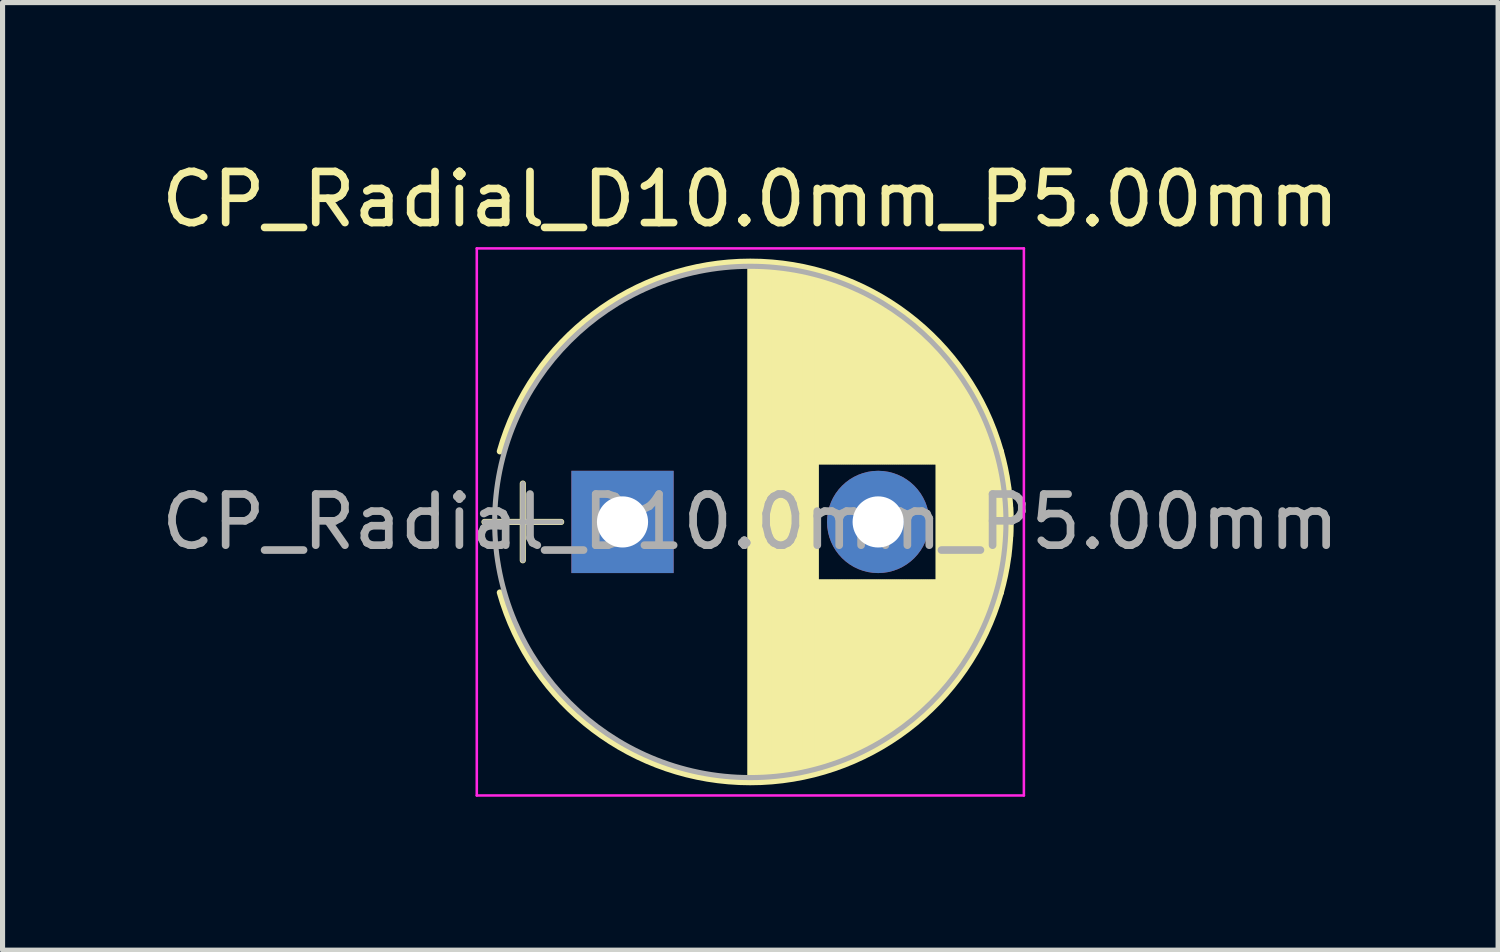
<source format=kicad_pcb>
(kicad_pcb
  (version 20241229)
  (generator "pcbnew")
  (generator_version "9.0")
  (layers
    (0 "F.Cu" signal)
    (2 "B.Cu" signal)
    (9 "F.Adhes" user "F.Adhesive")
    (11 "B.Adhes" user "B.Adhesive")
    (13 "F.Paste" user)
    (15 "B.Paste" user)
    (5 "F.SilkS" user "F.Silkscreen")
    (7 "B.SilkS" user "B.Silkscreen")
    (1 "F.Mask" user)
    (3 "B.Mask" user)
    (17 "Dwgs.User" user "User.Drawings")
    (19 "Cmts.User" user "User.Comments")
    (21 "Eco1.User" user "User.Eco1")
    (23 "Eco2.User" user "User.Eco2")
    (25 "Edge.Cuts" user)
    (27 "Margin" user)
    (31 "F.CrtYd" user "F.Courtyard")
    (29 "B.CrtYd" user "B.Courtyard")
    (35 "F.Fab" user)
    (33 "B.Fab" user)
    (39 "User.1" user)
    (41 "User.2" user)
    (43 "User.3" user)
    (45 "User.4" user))
  (footprint "CP_Radial_D10.0mm_P5.00mm"
    (layer "F.Cu")
    (at 9.125 7.158)
    (property "Reference" "CP_Radial_D10.0mm_P5.00mm" (at 2.5 -6.31 0) (layer "F.SilkS") (effects (font (size 1 1) (thickness 0.15))))
    (attr through_hole)
    (fp_line (start -2.7 0) (end -1.2 0) (stroke (width 0.12) (type solid)) (layer "F.SilkS"))
    (fp_line (start -1.95 -0.75) (end -1.95 0.75) (stroke (width 0.12) (type solid)) (layer "F.SilkS"))
    (fp_line (start 2.5 -5.05) (end 2.5 5.05) (stroke (width 0.12) (type solid)) (layer "F.SilkS"))
    (fp_line (start 2.54 -5.05) (end 2.54 5.05) (stroke (width 0.12) (type solid)) (layer "F.SilkS"))
    (fp_line (start 2.58 -5.05) (end 2.58 5.05) (stroke (width 0.12) (type solid)) (layer "F.SilkS"))
    (fp_line (start 2.62 -5.049) (end 2.62 5.049) (stroke (width 0.12) (type solid)) (layer "F.SilkS"))
    (fp_line (start 2.66 -5.048) (end 2.66 5.048) (stroke (width 0.12) (type solid)) (layer "F.SilkS"))
    (fp_line (start 2.7 -5.047) (end 2.7 5.047) (stroke (width 0.12) (type solid)) (layer "F.SilkS"))
    (fp_line (start 2.74 -5.045) (end 2.74 5.045) (stroke (width 0.12) (type solid)) (layer "F.SilkS"))
    (fp_line (start 2.78 -5.043) (end 2.78 5.043) (stroke (width 0.12) (type solid)) (layer "F.SilkS"))
    (fp_line (start 2.82 -5.04) (end 2.82 5.04) (stroke (width 0.12) (type solid)) (layer "F.SilkS"))
    (fp_line (start 2.86 -5.038) (end 2.86 5.038) (stroke (width 0.12) (type solid)) (layer "F.SilkS"))
    (fp_line (start 2.9 -5.035) (end 2.9 5.035) (stroke (width 0.12) (type solid)) (layer "F.SilkS"))
    (fp_line (start 2.94 -5.031) (end 2.94 5.031) (stroke (width 0.12) (type solid)) (layer "F.SilkS"))
    (fp_line (start 2.98 -5.028) (end 2.98 5.028) (stroke (width 0.12) (type solid)) (layer "F.SilkS"))
    (fp_line (start 3.02 -5.024) (end 3.02 5.024) (stroke (width 0.12) (type solid)) (layer "F.SilkS"))
    (fp_line (start 3.06 -5.02) (end 3.06 5.02) (stroke (width 0.12) (type solid)) (layer "F.SilkS"))
    (fp_line (start 3.1 -5.015) (end 3.1 5.015) (stroke (width 0.12) (type solid)) (layer "F.SilkS"))
    (fp_line (start 3.14 -5.01) (end 3.14 5.01) (stroke (width 0.12) (type solid)) (layer "F.SilkS"))
    (fp_line (start 3.18 -5.005) (end 3.18 5.005) (stroke (width 0.12) (type solid)) (layer "F.SilkS"))
    (fp_line (start 3.221 -4.999) (end 3.221 4.999) (stroke (width 0.12) (type solid)) (layer "F.SilkS"))
    (fp_line (start 3.261 -4.993) (end 3.261 4.993) (stroke (width 0.12) (type solid)) (layer "F.SilkS"))
    (fp_line (start 3.301 -4.987) (end 3.301 4.987) (stroke (width 0.12) (type solid)) (layer "F.SilkS"))
    (fp_line (start 3.341 -4.981) (end 3.341 4.981) (stroke (width 0.12) (type solid)) (layer "F.SilkS"))
    (fp_line (start 3.381 -4.974) (end 3.381 4.974) (stroke (width 0.12) (type solid)) (layer "F.SilkS"))
    (fp_line (start 3.421 -4.967) (end 3.421 4.967) (stroke (width 0.12) (type solid)) (layer "F.SilkS"))
    (fp_line (start 3.461 -4.959) (end 3.461 4.959) (stroke (width 0.12) (type solid)) (layer "F.SilkS"))
    (fp_line (start 3.501 -4.951) (end 3.501 4.951) (stroke (width 0.12) (type solid)) (layer "F.SilkS"))
    (fp_line (start 3.541 -4.943) (end 3.541 4.943) (stroke (width 0.12) (type solid)) (layer "F.SilkS"))
    (fp_line (start 3.581 -4.935) (end 3.581 4.935) (stroke (width 0.12) (type solid)) (layer "F.SilkS"))
    (fp_line (start 3.621 -4.926) (end 3.621 4.926) (stroke (width 0.12) (type solid)) (layer "F.SilkS"))
    (fp_line (start 3.661 -4.917) (end 3.661 4.917) (stroke (width 0.12) (type solid)) (layer "F.SilkS"))
    (fp_line (start 3.701 -4.907) (end 3.701 4.907) (stroke (width 0.12) (type solid)) (layer "F.SilkS"))
    (fp_line (start 3.741 -4.897) (end 3.741 4.897) (stroke (width 0.12) (type solid)) (layer "F.SilkS"))
    (fp_line (start 3.781 -4.887) (end 3.781 4.887) (stroke (width 0.12) (type solid)) (layer "F.SilkS"))
    (fp_line (start 3.821 -4.876) (end 3.821 -1.181) (stroke (width 0.12) (type solid)) (layer "F.SilkS"))
    (fp_line (start 3.821 1.181) (end 3.821 4.876) (stroke (width 0.12) (type solid)) (layer "F.SilkS"))
    (fp_line (start 3.861 -4.865) (end 3.861 -1.181) (stroke (width 0.12) (type solid)) (layer "F.SilkS"))
    (fp_line (start 3.861 1.181) (end 3.861 4.865) (stroke (width 0.12) (type solid)) (layer "F.SilkS"))
    (fp_line (start 3.901 -4.854) (end 3.901 -1.181) (stroke (width 0.12) (type solid)) (layer "F.SilkS"))
    (fp_line (start 3.901 1.181) (end 3.901 4.854) (stroke (width 0.12) (type solid)) (layer "F.SilkS"))
    (fp_line (start 3.941 -4.843) (end 3.941 -1.181) (stroke (width 0.12) (type solid)) (layer "F.SilkS"))
    (fp_line (start 3.941 1.181) (end 3.941 4.843) (stroke (width 0.12) (type solid)) (layer "F.SilkS"))
    (fp_line (start 3.981 -4.831) (end 3.981 -1.181) (stroke (width 0.12) (type solid)) (layer "F.SilkS"))
    (fp_line (start 3.981 1.181) (end 3.981 4.831) (stroke (width 0.12) (type solid)) (layer "F.SilkS"))
    (fp_line (start 4.021 -4.818) (end 4.021 -1.181) (stroke (width 0.12) (type solid)) (layer "F.SilkS"))
    (fp_line (start 4.021 1.181) (end 4.021 4.818) (stroke (width 0.12) (type solid)) (layer "F.SilkS"))
    (fp_line (start 4.061 -4.806) (end 4.061 -1.181) (stroke (width 0.12) (type solid)) (layer "F.SilkS"))
    (fp_line (start 4.061 1.181) (end 4.061 4.806) (stroke (width 0.12) (type solid)) (layer "F.SilkS"))
    (fp_line (start 4.101 -4.792) (end 4.101 -1.181) (stroke (width 0.12) (type solid)) (layer "F.SilkS"))
    (fp_line (start 4.101 1.181) (end 4.101 4.792) (stroke (width 0.12) (type solid)) (layer "F.SilkS"))
    (fp_line (start 4.141 -4.779) (end 4.141 -1.181) (stroke (width 0.12) (type solid)) (layer "F.SilkS"))
    (fp_line (start 4.141 1.181) (end 4.141 4.779) (stroke (width 0.12) (type solid)) (layer "F.SilkS"))
    (fp_line (start 4.181 -4.765) (end 4.181 -1.181) (stroke (width 0.12) (type solid)) (layer "F.SilkS"))
    (fp_line (start 4.181 1.181) (end 4.181 4.765) (stroke (width 0.12) (type solid)) (layer "F.SilkS"))
    (fp_line (start 4.221 -4.751) (end 4.221 -1.181) (stroke (width 0.12) (type solid)) (layer "F.SilkS"))
    (fp_line (start 4.221 1.181) (end 4.221 4.751) (stroke (width 0.12) (type solid)) (layer "F.SilkS"))
    (fp_line (start 4.261 -4.737) (end 4.261 -1.181) (stroke (width 0.12) (type solid)) (layer "F.SilkS"))
    (fp_line (start 4.261 1.181) (end 4.261 4.737) (stroke (width 0.12) (type solid)) (layer "F.SilkS"))
    (fp_line (start 4.301 -4.722) (end 4.301 -1.181) (stroke (width 0.12) (type solid)) (layer "F.SilkS"))
    (fp_line (start 4.301 1.181) (end 4.301 4.722) (stroke (width 0.12) (type solid)) (layer "F.SilkS"))
    (fp_line (start 4.341 -4.706) (end 4.341 -1.181) (stroke (width 0.12) (type solid)) (layer "F.SilkS"))
    (fp_line (start 4.341 1.181) (end 4.341 4.706) (stroke (width 0.12) (type solid)) (layer "F.SilkS"))
    (fp_line (start 4.381 -4.691) (end 4.381 -1.181) (stroke (width 0.12) (type solid)) (layer "F.SilkS"))
    (fp_line (start 4.381 1.181) (end 4.381 4.691) (stroke (width 0.12) (type solid)) (layer "F.SilkS"))
    (fp_line (start 4.421 -4.674) (end 4.421 -1.181) (stroke (width 0.12) (type solid)) (layer "F.SilkS"))
    (fp_line (start 4.421 1.181) (end 4.421 4.674) (stroke (width 0.12) (type solid)) (layer "F.SilkS"))
    (fp_line (start 4.461 -4.658) (end 4.461 -1.181) (stroke (width 0.12) (type solid)) (layer "F.SilkS"))
    (fp_line (start 4.461 1.181) (end 4.461 4.658) (stroke (width 0.12) (type solid)) (layer "F.SilkS"))
    (fp_line (start 4.501 -4.641) (end 4.501 -1.181) (stroke (width 0.12) (type solid)) (layer "F.SilkS"))
    (fp_line (start 4.501 1.181) (end 4.501 4.641) (stroke (width 0.12) (type solid)) (layer "F.SilkS"))
    (fp_line (start 4.541 -4.624) (end 4.541 -1.181) (stroke (width 0.12) (type solid)) (layer "F.SilkS"))
    (fp_line (start 4.541 1.181) (end 4.541 4.624) (stroke (width 0.12) (type solid)) (layer "F.SilkS"))
    (fp_line (start 4.581 -4.606) (end 4.581 -1.181) (stroke (width 0.12) (type solid)) (layer "F.SilkS"))
    (fp_line (start 4.581 1.181) (end 4.581 4.606) (stroke (width 0.12) (type solid)) (layer "F.SilkS"))
    (fp_line (start 4.621 -4.588) (end 4.621 -1.181) (stroke (width 0.12) (type solid)) (layer "F.SilkS"))
    (fp_line (start 4.621 1.181) (end 4.621 4.588) (stroke (width 0.12) (type solid)) (layer "F.SilkS"))
    (fp_line (start 4.661 -4.569) (end 4.661 -1.181) (stroke (width 0.12) (type solid)) (layer "F.SilkS"))
    (fp_line (start 4.661 1.181) (end 4.661 4.569) (stroke (width 0.12) (type solid)) (layer "F.SilkS"))
    (fp_line (start 4.701 -4.55) (end 4.701 -1.181) (stroke (width 0.12) (type solid)) (layer "F.SilkS"))
    (fp_line (start 4.701 1.181) (end 4.701 4.55) (stroke (width 0.12) (type solid)) (layer "F.SilkS"))
    (fp_line (start 4.741 -4.531) (end 4.741 -1.181) (stroke (width 0.12) (type solid)) (layer "F.SilkS"))
    (fp_line (start 4.741 1.181) (end 4.741 4.531) (stroke (width 0.12) (type solid)) (layer "F.SilkS"))
    (fp_line (start 4.781 -4.511) (end 4.781 -1.181) (stroke (width 0.12) (type solid)) (layer "F.SilkS"))
    (fp_line (start 4.781 1.181) (end 4.781 4.511) (stroke (width 0.12) (type solid)) (layer "F.SilkS"))
    (fp_line (start 4.821 -4.491) (end 4.821 -1.181) (stroke (width 0.12) (type solid)) (layer "F.SilkS"))
    (fp_line (start 4.821 1.181) (end 4.821 4.491) (stroke (width 0.12) (type solid)) (layer "F.SilkS"))
    (fp_line (start 4.861 -4.47) (end 4.861 -1.181) (stroke (width 0.12) (type solid)) (layer "F.SilkS"))
    (fp_line (start 4.861 1.181) (end 4.861 4.47) (stroke (width 0.12) (type solid)) (layer "F.SilkS"))
    (fp_line (start 4.901 -4.449) (end 4.901 -1.181) (stroke (width 0.12) (type solid)) (layer "F.SilkS"))
    (fp_line (start 4.901 1.181) (end 4.901 4.449) (stroke (width 0.12) (type solid)) (layer "F.SilkS"))
    (fp_line (start 4.941 -4.428) (end 4.941 -1.181) (stroke (width 0.12) (type solid)) (layer "F.SilkS"))
    (fp_line (start 4.941 1.181) (end 4.941 4.428) (stroke (width 0.12) (type solid)) (layer "F.SilkS"))
    (fp_line (start 4.981 -4.405) (end 4.981 -1.181) (stroke (width 0.12) (type solid)) (layer "F.SilkS"))
    (fp_line (start 4.981 1.181) (end 4.981 4.405) (stroke (width 0.12) (type solid)) (layer "F.SilkS"))
    (fp_line (start 5.021 -4.383) (end 5.021 -1.181) (stroke (width 0.12) (type solid)) (layer "F.SilkS"))
    (fp_line (start 5.021 1.181) (end 5.021 4.383) (stroke (width 0.12) (type solid)) (layer "F.SilkS"))
    (fp_line (start 5.061 -4.36) (end 5.061 -1.181) (stroke (width 0.12) (type solid)) (layer "F.SilkS"))
    (fp_line (start 5.061 1.181) (end 5.061 4.36) (stroke (width 0.12) (type solid)) (layer "F.SilkS"))
    (fp_line (start 5.101 -4.336) (end 5.101 -1.181) (stroke (width 0.12) (type solid)) (layer "F.SilkS"))
    (fp_line (start 5.101 1.181) (end 5.101 4.336) (stroke (width 0.12) (type solid)) (layer "F.SilkS"))
    (fp_line (start 5.141 -4.312) (end 5.141 -1.181) (stroke (width 0.12) (type solid)) (layer "F.SilkS"))
    (fp_line (start 5.141 1.181) (end 5.141 4.312) (stroke (width 0.12) (type solid)) (layer "F.SilkS"))
    (fp_line (start 5.181 -4.288) (end 5.181 -1.181) (stroke (width 0.12) (type solid)) (layer "F.SilkS"))
    (fp_line (start 5.181 1.181) (end 5.181 4.288) (stroke (width 0.12) (type solid)) (layer "F.SilkS"))
    (fp_line (start 5.221 -4.263) (end 5.221 -1.181) (stroke (width 0.12) (type solid)) (layer "F.SilkS"))
    (fp_line (start 5.221 1.181) (end 5.221 4.263) (stroke (width 0.12) (type solid)) (layer "F.SilkS"))
    (fp_line (start 5.261 -4.237) (end 5.261 -1.181) (stroke (width 0.12) (type solid)) (layer "F.SilkS"))
    (fp_line (start 5.261 1.181) (end 5.261 4.237) (stroke (width 0.12) (type solid)) (layer "F.SilkS"))
    (fp_line (start 5.301 -4.211) (end 5.301 -1.181) (stroke (width 0.12) (type solid)) (layer "F.SilkS"))
    (fp_line (start 5.301 1.181) (end 5.301 4.211) (stroke (width 0.12) (type solid)) (layer "F.SilkS"))
    (fp_line (start 5.341 -4.185) (end 5.341 -1.181) (stroke (width 0.12) (type solid)) (layer "F.SilkS"))
    (fp_line (start 5.341 1.181) (end 5.341 4.185) (stroke (width 0.12) (type solid)) (layer "F.SilkS"))
    (fp_line (start 5.381 -4.157) (end 5.381 -1.181) (stroke (width 0.12) (type solid)) (layer "F.SilkS"))
    (fp_line (start 5.381 1.181) (end 5.381 4.157) (stroke (width 0.12) (type solid)) (layer "F.SilkS"))
    (fp_line (start 5.421 -4.13) (end 5.421 -1.181) (stroke (width 0.12) (type solid)) (layer "F.SilkS"))
    (fp_line (start 5.421 1.181) (end 5.421 4.13) (stroke (width 0.12) (type solid)) (layer "F.SilkS"))
    (fp_line (start 5.461 -4.101) (end 5.461 -1.181) (stroke (width 0.12) (type solid)) (layer "F.SilkS"))
    (fp_line (start 5.461 1.181) (end 5.461 4.101) (stroke (width 0.12) (type solid)) (layer "F.SilkS"))
    (fp_line (start 5.501 -4.072) (end 5.501 -1.181) (stroke (width 0.12) (type solid)) (layer "F.SilkS"))
    (fp_line (start 5.501 1.181) (end 5.501 4.072) (stroke (width 0.12) (type solid)) (layer "F.SilkS"))
    (fp_line (start 5.541 -4.043) (end 5.541 -1.181) (stroke (width 0.12) (type solid)) (layer "F.SilkS"))
    (fp_line (start 5.541 1.181) (end 5.541 4.043) (stroke (width 0.12) (type solid)) (layer "F.SilkS"))
    (fp_line (start 5.581 -4.013) (end 5.581 -1.181) (stroke (width 0.12) (type solid)) (layer "F.SilkS"))
    (fp_line (start 5.581 1.181) (end 5.581 4.013) (stroke (width 0.12) (type solid)) (layer "F.SilkS"))
    (fp_line (start 5.621 -3.982) (end 5.621 -1.181) (stroke (width 0.12) (type solid)) (layer "F.SilkS"))
    (fp_line (start 5.621 1.181) (end 5.621 3.982) (stroke (width 0.12) (type solid)) (layer "F.SilkS"))
    (fp_line (start 5.661 -3.951) (end 5.661 -1.181) (stroke (width 0.12) (type solid)) (layer "F.SilkS"))
    (fp_line (start 5.661 1.181) (end 5.661 3.951) (stroke (width 0.12) (type solid)) (layer "F.SilkS"))
    (fp_line (start 5.701 -3.919) (end 5.701 -1.181) (stroke (width 0.12) (type solid)) (layer "F.SilkS"))
    (fp_line (start 5.701 1.181) (end 5.701 3.919) (stroke (width 0.12) (type solid)) (layer "F.SilkS"))
    (fp_line (start 5.741 -3.886) (end 5.741 -1.181) (stroke (width 0.12) (type solid)) (layer "F.SilkS"))
    (fp_line (start 5.741 1.181) (end 5.741 3.886) (stroke (width 0.12) (type solid)) (layer "F.SilkS"))
    (fp_line (start 5.781 -3.853) (end 5.781 -1.181) (stroke (width 0.12) (type solid)) (layer "F.SilkS"))
    (fp_line (start 5.781 1.181) (end 5.781 3.853) (stroke (width 0.12) (type solid)) (layer "F.SilkS"))
    (fp_line (start 5.821 -3.819) (end 5.821 -1.181) (stroke (width 0.12) (type solid)) (layer "F.SilkS"))
    (fp_line (start 5.821 1.181) (end 5.821 3.819) (stroke (width 0.12) (type solid)) (layer "F.SilkS"))
    (fp_line (start 5.861 -3.784) (end 5.861 -1.181) (stroke (width 0.12) (type solid)) (layer "F.SilkS"))
    (fp_line (start 5.861 1.181) (end 5.861 3.784) (stroke (width 0.12) (type solid)) (layer "F.SilkS"))
    (fp_line (start 5.901 -3.748) (end 5.901 -1.181) (stroke (width 0.12) (type solid)) (layer "F.SilkS"))
    (fp_line (start 5.901 1.181) (end 5.901 3.748) (stroke (width 0.12) (type solid)) (layer "F.SilkS"))
    (fp_line (start 5.941 -3.712) (end 5.941 -1.181) (stroke (width 0.12) (type solid)) (layer "F.SilkS"))
    (fp_line (start 5.941 1.181) (end 5.941 3.712) (stroke (width 0.12) (type solid)) (layer "F.SilkS"))
    (fp_line (start 5.981 -3.675) (end 5.981 -1.181) (stroke (width 0.12) (type solid)) (layer "F.SilkS"))
    (fp_line (start 5.981 1.181) (end 5.981 3.675) (stroke (width 0.12) (type solid)) (layer "F.SilkS"))
    (fp_line (start 6.021 -3.637) (end 6.021 -1.181) (stroke (width 0.12) (type solid)) (layer "F.SilkS"))
    (fp_line (start 6.021 1.181) (end 6.021 3.637) (stroke (width 0.12) (type solid)) (layer "F.SilkS"))
    (fp_line (start 6.061 -3.598) (end 6.061 -1.181) (stroke (width 0.12) (type solid)) (layer "F.SilkS"))
    (fp_line (start 6.061 1.181) (end 6.061 3.598) (stroke (width 0.12) (type solid)) (layer "F.SilkS"))
    (fp_line (start 6.101 -3.559) (end 6.101 -1.181) (stroke (width 0.12) (type solid)) (layer "F.SilkS"))
    (fp_line (start 6.101 1.181) (end 6.101 3.559) (stroke (width 0.12) (type solid)) (layer "F.SilkS"))
    (fp_line (start 6.141 -3.518) (end 6.141 -1.181) (stroke (width 0.12) (type solid)) (layer "F.SilkS"))
    (fp_line (start 6.141 1.181) (end 6.141 3.518) (stroke (width 0.12) (type solid)) (layer "F.SilkS"))
    (fp_line (start 6.181 -3.477) (end 6.181 3.477) (stroke (width 0.12) (type solid)) (layer "F.SilkS"))
    (fp_line (start 6.221 -3.435) (end 6.221 3.435) (stroke (width 0.12) (type solid)) (layer "F.SilkS"))
    (fp_line (start 6.261 -3.391) (end 6.261 3.391) (stroke (width 0.12) (type solid)) (layer "F.SilkS"))
    (fp_line (start 6.301 -3.347) (end 6.301 3.347) (stroke (width 0.12) (type solid)) (layer "F.SilkS"))
    (fp_line (start 6.341 -3.302) (end 6.341 3.302) (stroke (width 0.12) (type solid)) (layer "F.SilkS"))
    (fp_line (start 6.381 -3.255) (end 6.381 3.255) (stroke (width 0.12) (type solid)) (layer "F.SilkS"))
    (fp_line (start 6.421 -3.207) (end 6.421 3.207) (stroke (width 0.12) (type solid)) (layer "F.SilkS"))
    (fp_line (start 6.461 -3.158) (end 6.461 3.158) (stroke (width 0.12) (type solid)) (layer "F.SilkS"))
    (fp_line (start 6.501 -3.108) (end 6.501 3.108) (stroke (width 0.12) (type solid)) (layer "F.SilkS"))
    (fp_line (start 6.541 -3.057) (end 6.541 3.057) (stroke (width 0.12) (type solid)) (layer "F.SilkS"))
    (fp_line (start 6.581 -3.004) (end 6.581 3.004) (stroke (width 0.12) (type solid)) (layer "F.SilkS"))
    (fp_line (start 6.621 -2.949) (end 6.621 2.949) (stroke (width 0.12) (type solid)) (layer "F.SilkS"))
    (fp_line (start 6.661 -2.894) (end 6.661 2.894) (stroke (width 0.12) (type solid)) (layer "F.SilkS"))
    (fp_line (start 6.701 -2.836) (end 6.701 2.836) (stroke (width 0.12) (type solid)) (layer "F.SilkS"))
    (fp_line (start 6.741 -2.777) (end 6.741 2.777) (stroke (width 0.12) (type solid)) (layer "F.SilkS"))
    (fp_line (start 6.781 -2.715) (end 6.781 2.715) (stroke (width 0.12) (type solid)) (layer "F.SilkS"))
    (fp_line (start 6.821 -2.652) (end 6.821 2.652) (stroke (width 0.12) (type solid)) (layer "F.SilkS"))
    (fp_line (start 6.861 -2.587) (end 6.861 2.587) (stroke (width 0.12) (type solid)) (layer "F.SilkS"))
    (fp_line (start 6.901 -2.519) (end 6.901 2.519) (stroke (width 0.12) (type solid)) (layer "F.SilkS"))
    (fp_line (start 6.941 -2.449) (end 6.941 2.449) (stroke (width 0.12) (type solid)) (layer "F.SilkS"))
    (fp_line (start 6.981 -2.377) (end 6.981 2.377) (stroke (width 0.12) (type solid)) (layer "F.SilkS"))
    (fp_line (start 7.021 -2.301) (end 7.021 2.301) (stroke (width 0.12) (type solid)) (layer "F.SilkS"))
    (fp_line (start 7.061 -2.222) (end 7.061 2.222) (stroke (width 0.12) (type solid)) (layer "F.SilkS"))
    (fp_line (start 7.101 -2.14) (end 7.101 2.14) (stroke (width 0.12) (type solid)) (layer "F.SilkS"))
    (fp_line (start 7.141 -2.053) (end 7.141 2.053) (stroke (width 0.12) (type solid)) (layer "F.SilkS"))
    (fp_line (start 7.181 -1.962) (end 7.181 1.962) (stroke (width 0.12) (type solid)) (layer "F.SilkS"))
    (fp_line (start 7.221 -1.866) (end 7.221 1.866) (stroke (width 0.12) (type solid)) (layer "F.SilkS"))
    (fp_line (start 7.261 -1.763) (end 7.261 1.763) (stroke (width 0.12) (type solid)) (layer "F.SilkS"))
    (fp_line (start 7.301 -1.654) (end 7.301 1.654) (stroke (width 0.12) (type solid)) (layer "F.SilkS"))
    (fp_line (start 7.341 -1.536) (end 7.341 1.536) (stroke (width 0.12) (type solid)) (layer "F.SilkS"))
    (fp_line (start 7.381 -1.407) (end 7.381 1.407) (stroke (width 0.12) (type solid)) (layer "F.SilkS"))
    (fp_line (start 7.421 -1.265) (end 7.421 1.265) (stroke (width 0.12) (type solid)) (layer "F.SilkS"))
    (fp_line (start 7.461 -1.104) (end 7.461 1.104) (stroke (width 0.12) (type solid)) (layer "F.SilkS"))
    (fp_line (start 7.501 -0.913) (end 7.501 0.913) (stroke (width 0.12) (type solid)) (layer "F.SilkS"))
    (fp_line (start 7.541 -0.672) (end 7.541 0.672) (stroke (width 0.12) (type solid)) (layer "F.SilkS"))
    (fp_line (start 7.581 -0.279) (end 7.581 0.279) (stroke (width 0.12) (type solid)) (layer "F.SilkS"))
    (fp_arc (start -2.399357 -1.38) (mid 2.498304 -5.09) (end 7.398437 -1.383264) (stroke (width 0.12) (type solid)) (layer "F.SilkS"))
    (fp_arc (start 7.398437 1.383264) (mid 2.498304 5.09) (end -2.399357 1.38) (stroke (width 0.12) (type solid)) (layer "F.SilkS"))
    (fp_arc (start 7.399357 -1.38) (mid 7.59 0.001696) (end 7.398437 1.383264) (stroke (width 0.12) (type solid)) (layer "F.SilkS"))
    (fp_line (start -2.85 -5.35) (end -2.85 5.35) (stroke (width 0.05) (type solid)) (layer "F.CrtYd"))
    (fp_line (start -2.85 5.35) (end 7.85 5.35) (stroke (width 0.05) (type solid)) (layer "F.CrtYd"))
    (fp_line (start 7.85 -5.35) (end -2.85 -5.35) (stroke (width 0.05) (type solid)) (layer "F.CrtYd"))
    (fp_line (start 7.85 5.35) (end 7.85 -5.35) (stroke (width 0.05) (type solid)) (layer "F.CrtYd"))
    (fp_line (start -2.7 0) (end -1.2 0) (stroke (width 0.1) (type solid)) (layer "F.Fab"))
    (fp_line (start -1.95 -0.75) (end -1.95 0.75) (stroke (width 0.1) (type solid)) (layer "F.Fab"))
    (fp_circle (center 2.5 0) (end 7.5 0) (stroke (width 0.1) (type solid)) (fill no) (layer "F.Fab"))
    (fp_text user "${REFERENCE}" (at 2.5 0 0) (layer "F.Fab") (effects (font (size 1 1) (thickness 0.15))))
    (pad "1" thru_hole rect (at 0 0) (size 2 2) (drill 1) (layers "*.Cu" "*.Mask"))
    (pad "2" thru_hole circle (at 5 0) (size 2 2) (drill 1) (layers "*.Cu" "*.Mask")))
  (gr_rect
    (start -3 -3)
    (end 26.25 15.533)
    (stroke (width 0.1) (type default))
    (fill no)
    (layer "Edge.Cuts")))
</source>
